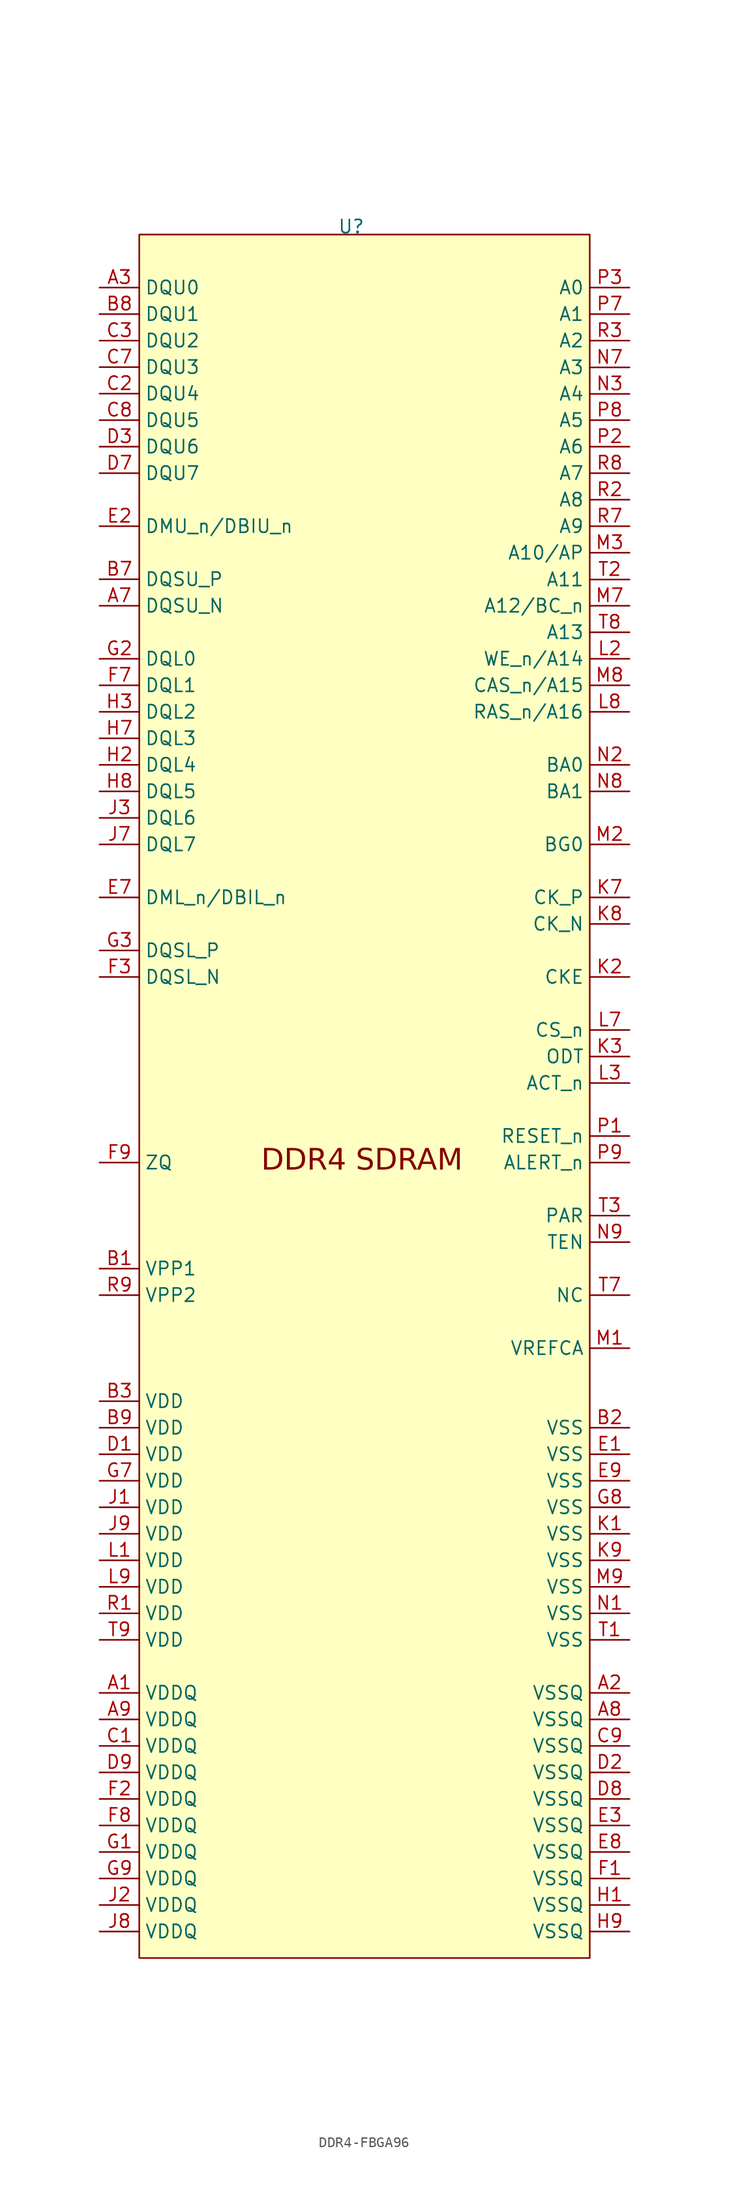
<source format=kicad_sym>
(kicad_symbol_lib
  (version 20241209)
  (generator "kicad_symbol_editor")
  (generator_version "9.0")
  (symbol "DDR4-FBGA96"
    (property "Reference" "U"
      (at 0 89.662 0)
      (effects (font (size 1.27 1.27))))
    (property "Value" ""
      (at 0 0 0)
      (effects (font (size 1.27 1.27))))
    (symbol "DDR4-FBGA96_1_0"
      (rectangle (start -20.32 88.9) (end 22.86 -76.2) (stroke (width 0) (type default)) (fill (type background)))
      (pin input line (at -24.13 83.82 0) (length 3.81) (name "DQU0" (effects (font (size 1.27 1.27)))) (number "A3" (effects (font (size 1.27 1.27)))))
      (pin input line (at -24.13 81.28 0) (length 3.81) (name "DQU1" (effects (font (size 1.27 1.27)))) (number "B8" (effects (font (size 1.27 1.27)))))
      (pin input line (at -24.13 78.74 0) (length 3.81) (name "DQU2" (effects (font (size 1.27 1.27)))) (number "C3" (effects (font (size 1.27 1.27)))))
      (pin input line (at -24.13 76.2 0) (length 3.81) (name "DQU3" (effects (font (size 1.27 1.27)))) (number "C7" (effects (font (size 1.27 1.27)))))
      (pin input line (at -24.13 73.66 0) (length 3.81) (name "DQU4" (effects (font (size 1.27 1.27)))) (number "C2" (effects (font (size 1.27 1.27)))))
      (pin input line (at -24.13 71.12 0) (length 3.81) (name "DQU5" (effects (font (size 1.27 1.27)))) (number "C8" (effects (font (size 1.27 1.27)))))
      (pin input line (at -24.13 68.58 0) (length 3.81) (name "DQU6" (effects (font (size 1.27 1.27)))) (number "D3" (effects (font (size 1.27 1.27)))))
      (pin input line (at -24.13 66.04 0) (length 3.81) (name "DQU7" (effects (font (size 1.27 1.27)))) (number "D7" (effects (font (size 1.27 1.27)))))
      (pin input line (at -24.13 60.96 0) (length 3.81) (name "DMU_n/DBIU_n" (effects (font (size 1.27 1.27)))) (number "E2" (effects (font (size 1.27 1.27)))))
      (pin input line (at -24.13 55.88 0) (length 3.81) (name "DQSU_P" (effects (font (size 1.27 1.27)))) (number "B7" (effects (font (size 1.27 1.27)))))
      (pin input line (at -24.13 53.34 0) (length 3.81) (name "DQSU_N" (effects (font (size 1.27 1.27)))) (number "A7" (effects (font (size 1.27 1.27)))))
      (pin input line (at -24.13 48.26 0) (length 3.81) (name "DQL0" (effects (font (size 1.27 1.27)))) (number "G2" (effects (font (size 1.27 1.27)))))
      (pin input line (at -24.13 45.72 0) (length 3.81) (name "DQL1" (effects (font (size 1.27 1.27)))) (number "F7" (effects (font (size 1.27 1.27)))))
      (pin input line (at -24.13 43.18 0) (length 3.81) (name "DQL2" (effects (font (size 1.27 1.27)))) (number "H3" (effects (font (size 1.27 1.27)))))
      (pin input line (at -24.13 40.64 0) (length 3.81) (name "DQL3" (effects (font (size 1.27 1.27)))) (number "H7" (effects (font (size 1.27 1.27)))))
      (pin input line (at -24.13 38.1 0) (length 3.81) (name "DQL4" (effects (font (size 1.27 1.27)))) (number "H2" (effects (font (size 1.27 1.27)))))
      (pin input line (at -24.13 35.56 0) (length 3.81) (name "DQL5" (effects (font (size 1.27 1.27)))) (number "H8" (effects (font (size 1.27 1.27)))))
      (pin input line (at -24.13 33.02 0) (length 3.81) (name "DQL6" (effects (font (size 1.27 1.27)))) (number "J3" (effects (font (size 1.27 1.27)))))
      (pin input line (at -24.13 30.48 0) (length 3.81) (name "DQL7" (effects (font (size 1.27 1.27)))) (number "J7" (effects (font (size 1.27 1.27)))))
      (pin input line (at -24.13 25.4 0) (length 3.81) (name "DML_n/DBIL_n" (effects (font (size 1.27 1.27)))) (number "E7" (effects (font (size 1.27 1.27)))))
      (pin input line (at -24.13 20.32 0) (length 3.81) (name "DQSL_P" (effects (font (size 1.27 1.27)))) (number "G3" (effects (font (size 1.27 1.27)))))
      (pin input line (at -24.13 17.78 0) (length 3.81) (name "DQSL_N" (effects (font (size 1.27 1.27)))) (number "F3" (effects (font (size 1.27 1.27)))))
      (pin input line (at -24.13 0 0) (length 3.81) (name "ZQ" (effects (font (size 1.27 1.27)))) (number "F9" (effects (font (size 1.27 1.27)))))
      (pin input line (at -24.13 -10.16 0) (length 3.81) (name "VPP1" (effects (font (size 1.27 1.27)))) (number "B1" (effects (font (size 1.27 1.27)))))
      (pin input line (at -24.13 -12.7 0) (length 3.81) (name "VPP2" (effects (font (size 1.27 1.27)))) (number "R9" (effects (font (size 1.27 1.27)))))
      (pin input line (at -24.13 -22.86 0) (length 3.81) (name "VDD" (effects (font (size 1.27 1.27)))) (number "B3" (effects (font (size 1.27 1.27)))))
      (pin input line (at -24.13 -25.4 0) (length 3.81) (name "VDD" (effects (font (size 1.27 1.27)))) (number "B9" (effects (font (size 1.27 1.27)))))
      (pin input line (at -24.13 -27.94 0) (length 3.81) (name "VDD" (effects (font (size 1.27 1.27)))) (number "D1" (effects (font (size 1.27 1.27)))))
      (pin input line (at -24.13 -30.48 0) (length 3.81) (name "VDD" (effects (font (size 1.27 1.27)))) (number "G7" (effects (font (size 1.27 1.27)))))
      (pin input line (at -24.13 -33.02 0) (length 3.81) (name "VDD" (effects (font (size 1.27 1.27)))) (number "J1" (effects (font (size 1.27 1.27)))))
      (pin input line (at -24.13 -35.56 0) (length 3.81) (name "VDD" (effects (font (size 1.27 1.27)))) (number "J9" (effects (font (size 1.27 1.27)))))
      (pin input line (at -24.13 -38.1 0) (length 3.81) (name "VDD" (effects (font (size 1.27 1.27)))) (number "L1" (effects (font (size 1.27 1.27)))))
      (pin input line (at -24.13 -40.64 0) (length 3.81) (name "VDD" (effects (font (size 1.27 1.27)))) (number "L9" (effects (font (size 1.27 1.27)))))
      (pin input line (at -24.13 -43.18 0) (length 3.81) (name "VDD" (effects (font (size 1.27 1.27)))) (number "R1" (effects (font (size 1.27 1.27)))))
      (pin input line (at -24.13 -45.72 0) (length 3.81) (name "VDD" (effects (font (size 1.27 1.27)))) (number "T9" (effects (font (size 1.27 1.27)))))
      (pin input line (at -24.13 -50.8 0) (length 3.81) (name "VDDQ" (effects (font (size 1.27 1.27)))) (number "A1" (effects (font (size 1.27 1.27)))))
      (pin input line (at -24.13 -53.34 0) (length 3.81) (name "VDDQ" (effects (font (size 1.27 1.27)))) (number "A9" (effects (font (size 1.27 1.27)))))
      (pin input line (at -24.13 -55.88 0) (length 3.81) (name "VDDQ" (effects (font (size 1.27 1.27)))) (number "C1" (effects (font (size 1.27 1.27)))))
      (pin input line (at -24.13 -58.42 0) (length 3.81) (name "VDDQ" (effects (font (size 1.27 1.27)))) (number "D9" (effects (font (size 1.27 1.27)))))
      (pin input line (at -24.13 -60.96 0) (length 3.81) (name "VDDQ" (effects (font (size 1.27 1.27)))) (number "F2" (effects (font (size 1.27 1.27)))))
      (pin input line (at -24.13 -63.5 0) (length 3.81) (name "VDDQ" (effects (font (size 1.27 1.27)))) (number "F8" (effects (font (size 1.27 1.27)))))
      (pin input line (at -24.13 -66.04 0) (length 3.81) (name "VDDQ" (effects (font (size 1.27 1.27)))) (number "G1" (effects (font (size 1.27 1.27)))))
      (pin input line (at -24.13 -68.58 0) (length 3.81) (name "VDDQ" (effects (font (size 1.27 1.27)))) (number "G9" (effects (font (size 1.27 1.27)))))
      (pin input line (at -24.13 -71.12 0) (length 3.81) (name "VDDQ" (effects (font (size 1.27 1.27)))) (number "J2" (effects (font (size 1.27 1.27)))))
      (pin input line (at -24.13 -73.66 0) (length 3.81) (name "VDDQ" (effects (font (size 1.27 1.27)))) (number "J8" (effects (font (size 1.27 1.27)))))
      (pin input line (at 26.645 43.18 180) (length 3.81) (name "RAS_n/A16" (effects (font (size 1.27 1.27)))) (number "L8" (effects (font (size 1.27 1.27)))))
      (pin input line (at 26.67 83.82 180) (length 3.81) (name "A0" (effects (font (size 1.27 1.27)))) (number "P3" (effects (font (size 1.27 1.27)))))
      (pin input line (at 26.67 81.28 180) (length 3.81) (name "A1" (effects (font (size 1.27 1.27)))) (number "P7" (effects (font (size 1.27 1.27)))))
      (pin input line (at 26.67 78.74 180) (length 3.81) (name "A2" (effects (font (size 1.27 1.27)))) (number "R3" (effects (font (size 1.27 1.27)))))
      (pin input line (at 26.67 76.175 180) (length 3.81) (name "A3" (effects (font (size 1.27 1.27)))) (number "N7" (effects (font (size 1.27 1.27)))))
      (pin input line (at 26.67 73.635 180) (length 3.81) (name "A4" (effects (font (size 1.27 1.27)))) (number "N3" (effects (font (size 1.27 1.27)))))
      (pin input line (at 26.67 71.12 180) (length 3.81) (name "A5" (effects (font (size 1.27 1.27)))) (number "P8" (effects (font (size 1.27 1.27)))))
      (pin input line (at 26.67 68.58 180) (length 3.81) (name "A6" (effects (font (size 1.27 1.27)))) (number "P2" (effects (font (size 1.27 1.27)))))
      (pin input line (at 26.67 66.04 180) (length 3.81) (name "A7" (effects (font (size 1.27 1.27)))) (number "R8" (effects (font (size 1.27 1.27)))))
      (pin input line (at 26.67 63.5 180) (length 3.81) (name "A8" (effects (font (size 1.27 1.27)))) (number "R2" (effects (font (size 1.27 1.27)))))
      (pin input line (at 26.67 60.96 180) (length 3.81) (name "A9" (effects (font (size 1.27 1.27)))) (number "R7" (effects (font (size 1.27 1.27)))))
      (pin input line (at 26.67 58.42 180) (length 3.81) (name "A10/AP" (effects (font (size 1.27 1.27)))) (number "M3" (effects (font (size 1.27 1.27)))))
      (pin input line (at 26.67 55.855 180) (length 3.81) (name "A11" (effects (font (size 1.27 1.27)))) (number "T2" (effects (font (size 1.27 1.27)))))
      (pin input line (at 26.67 53.34 180) (length 3.81) (name "A12/BC_n" (effects (font (size 1.27 1.27)))) (number "M7" (effects (font (size 1.27 1.27)))))
      (pin input line (at 26.67 50.8 180) (length 3.81) (name "A13" (effects (font (size 1.27 1.27)))) (number "T8" (effects (font (size 1.27 1.27)))))
      (pin input line (at 26.67 48.26 180) (length 3.81) (name "WE_n/A14" (effects (font (size 1.27 1.27)))) (number "L2" (effects (font (size 1.27 1.27)))))
      (pin input line (at 26.67 45.72 180) (length 3.81) (name "CAS_n/A15" (effects (font (size 1.27 1.27)))) (number "M8" (effects (font (size 1.27 1.27)))))
      (pin input line (at 26.67 38.1 180) (length 3.81) (name "BA0" (effects (font (size 1.27 1.27)))) (number "N2" (effects (font (size 1.27 1.27)))))
      (pin input line (at 26.67 35.56 180) (length 3.81) (name "BA1" (effects (font (size 1.27 1.27)))) (number "N8" (effects (font (size 1.27 1.27)))))
      (pin input line (at 26.67 30.48 180) (length 3.81) (name "BG0" (effects (font (size 1.27 1.27)))) (number "M2" (effects (font (size 1.27 1.27)))))
      (pin input line (at 26.67 25.4 180) (length 3.81) (name "CK_P" (effects (font (size 1.27 1.27)))) (number "K7" (effects (font (size 1.27 1.27)))))
      (pin input line (at 26.67 22.86 180) (length 3.81) (name "CK_N" (effects (font (size 1.27 1.27)))) (number "K8" (effects (font (size 1.27 1.27)))))
      (pin input line (at 26.67 17.78 180) (length 3.81) (name "CKE" (effects (font (size 1.27 1.27)))) (number "K2" (effects (font (size 1.27 1.27)))))
      (pin input line (at 26.67 12.7 180) (length 3.81) (name "CS_n" (effects (font (size 1.27 1.27)))) (number "L7" (effects (font (size 1.27 1.27)))))
      (pin input line (at 26.67 10.16 180) (length 3.81) (name "ODT" (effects (font (size 1.27 1.27)))) (number "K3" (effects (font (size 1.27 1.27)))))
      (pin input line (at 26.67 7.62 180) (length 3.81) (name "ACT_n" (effects (font (size 1.27 1.27)))) (number "L3" (effects (font (size 1.27 1.27)))))
      (pin input line (at 26.67 2.54 180) (length 3.81) (name "RESET_n" (effects (font (size 1.27 1.27)))) (number "P1" (effects (font (size 1.27 1.27)))))
      (pin input line (at 26.67 0 180) (length 3.81) (name "ALERT_n" (effects (font (size 1.27 1.27)))) (number "P9" (effects (font (size 1.27 1.27)))))
      (pin input line (at 26.67 -5.08 180) (length 3.81) (name "PAR" (effects (font (size 1.27 1.27)))) (number "T3" (effects (font (size 1.27 1.27)))))
      (pin input line (at 26.67 -7.62 180) (length 3.81) (name "TEN" (effects (font (size 1.27 1.27)))) (number "N9" (effects (font (size 1.27 1.27)))))
      (pin input line (at 26.67 -12.7 180) (length 3.81) (name "NC" (effects (font (size 1.27 1.27)))) (number "T7" (effects (font (size 1.27 1.27)))))
      (pin input line (at 26.67 -17.78 180) (length 3.81) (name "VREFCA" (effects (font (size 1.27 1.27)))) (number "M1" (effects (font (size 1.27 1.27)))))
      (pin input line (at 26.67 -25.4 180) (length 3.81) (name "VSS" (effects (font (size 1.27 1.27)))) (number "B2" (effects (font (size 1.27 1.27)))))
      (pin input line (at 26.67 -27.94 180) (length 3.81) (name "VSS" (effects (font (size 1.27 1.27)))) (number "E1" (effects (font (size 1.27 1.27)))))
      (pin input line (at 26.67 -30.48 180) (length 3.81) (name "VSS" (effects (font (size 1.27 1.27)))) (number "E9" (effects (font (size 1.27 1.27)))))
      (pin input line (at 26.67 -33.02 180) (length 3.81) (name "VSS" (effects (font (size 1.27 1.27)))) (number "G8" (effects (font (size 1.27 1.27)))))
      (pin input line (at 26.67 -35.56 180) (length 3.81) (name "VSS" (effects (font (size 1.27 1.27)))) (number "K1" (effects (font (size 1.27 1.27)))))
      (pin input line (at 26.67 -38.1 180) (length 3.81) (name "VSS" (effects (font (size 1.27 1.27)))) (number "K9" (effects (font (size 1.27 1.27)))))
      (pin input line (at 26.67 -40.64 180) (length 3.81) (name "VSS" (effects (font (size 1.27 1.27)))) (number "M9" (effects (font (size 1.27 1.27)))))
      (pin input line (at 26.67 -43.18 180) (length 3.81) (name "VSS" (effects (font (size 1.27 1.27)))) (number "N1" (effects (font (size 1.27 1.27)))))
      (pin input line (at 26.67 -45.72 180) (length 3.81) (name "VSS" (effects (font (size 1.27 1.27)))) (number "T1" (effects (font (size 1.27 1.27)))))
      (pin input line (at 26.67 -50.8 180) (length 3.81) (name "VSSQ" (effects (font (size 1.27 1.27)))) (number "A2" (effects (font (size 1.27 1.27)))))
      (pin input line (at 26.67 -53.34 180) (length 3.81) (name "VSSQ" (effects (font (size 1.27 1.27)))) (number "A8" (effects (font (size 1.27 1.27)))))
      (pin input line (at 26.67 -55.88 180) (length 3.81) (name "VSSQ" (effects (font (size 1.27 1.27)))) (number "C9" (effects (font (size 1.27 1.27)))))
      (pin input line (at 26.67 -58.42 180) (length 3.81) (name "VSSQ" (effects (font (size 1.27 1.27)))) (number "D2" (effects (font (size 1.27 1.27)))))
      (pin input line (at 26.67 -60.96 180) (length 3.81) (name "VSSQ" (effects (font (size 1.27 1.27)))) (number "D8" (effects (font (size 1.27 1.27)))))
      (pin input line (at 26.67 -63.5 180) (length 3.81) (name "VSSQ" (effects (font (size 1.27 1.27)))) (number "E3" (effects (font (size 1.27 1.27)))))
      (pin input line (at 26.67 -66.04 180) (length 3.81) (name "VSSQ" (effects (font (size 1.27 1.27)))) (number "E8" (effects (font (size 1.27 1.27)))))
      (pin input line (at 26.67 -68.58 180) (length 3.81) (name "VSSQ" (effects (font (size 1.27 1.27)))) (number "F1" (effects (font (size 1.27 1.27)))))
      (pin input line (at 26.67 -71.12 180) (length 3.81) (name "VSSQ" (effects (font (size 1.27 1.27)))) (number "H1" (effects (font (size 1.27 1.27)))))
      (pin input line (at 26.67 -73.66 180) (length 3.81) (name "VSSQ" (effects (font (size 1.27 1.27)))) (number "H9" (effects (font (size 1.27 1.27))))))
    (symbol "DDR4-FBGA96_1_1"
      (text "DDR4 SDRAM" (at -8.636 -1.016 0) (effects (font (face "Verdana") (size 2.032 2.032)) (justify left bottom))))))
</source>
